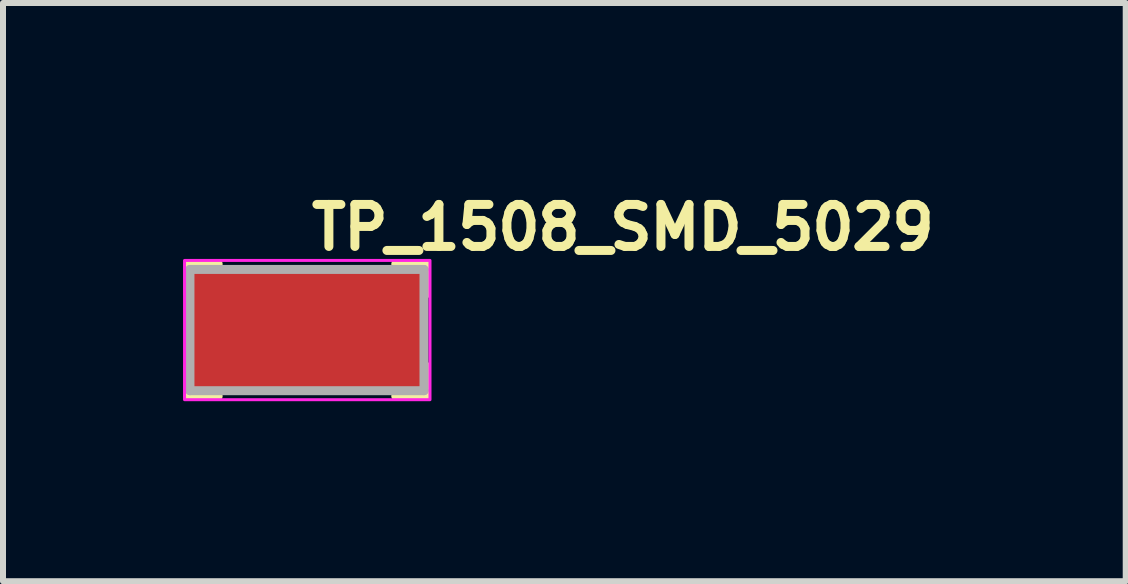
<source format=kicad_pcb>
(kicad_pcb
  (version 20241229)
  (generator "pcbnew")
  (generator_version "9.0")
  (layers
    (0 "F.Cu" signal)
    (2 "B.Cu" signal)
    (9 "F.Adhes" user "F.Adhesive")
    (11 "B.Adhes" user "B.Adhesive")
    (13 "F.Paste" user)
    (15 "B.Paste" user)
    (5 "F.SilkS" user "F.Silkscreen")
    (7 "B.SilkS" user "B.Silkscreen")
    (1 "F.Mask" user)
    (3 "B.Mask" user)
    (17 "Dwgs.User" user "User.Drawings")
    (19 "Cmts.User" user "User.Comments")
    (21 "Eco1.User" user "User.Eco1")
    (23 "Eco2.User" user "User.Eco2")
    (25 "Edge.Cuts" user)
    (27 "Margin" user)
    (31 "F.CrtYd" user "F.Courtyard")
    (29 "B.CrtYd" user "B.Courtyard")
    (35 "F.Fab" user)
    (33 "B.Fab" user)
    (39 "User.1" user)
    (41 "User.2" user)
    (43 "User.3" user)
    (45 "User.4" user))
  (footprint "TP_1508_SMD_5029"
    (layer "F.Cu")
    (at 2.065 2.45)
    (property "Reference" "TP_1508_SMD_5029" (at 0 -1.3 0) (layer "F.SilkS") (effects (font (size 0.7 0.7) (thickness 0.15)) (justify left bottom)))
    (attr smd)
    (fp_line (start -1.98 -1.1) (end -1.98 -0.6) (stroke (width 0.15) (type solid)) (layer "F.SilkS"))
    (fp_line (start -1.98 -1.1) (end -1.48 -1.1) (stroke (width 0.15) (type solid)) (layer "F.SilkS"))
    (fp_line (start -1.98 1.1) (end -1.98 0.6) (stroke (width 0.15) (type solid)) (layer "F.SilkS"))
    (fp_line (start -1.98 1.1) (end -1.48 1.1) (stroke (width 0.15) (type solid)) (layer "F.SilkS"))
    (fp_line (start 1.98 -1.1) (end 1.48 -1.1) (stroke (width 0.15) (type solid)) (layer "F.SilkS"))
    (fp_line (start 1.98 -1.1) (end 1.98 -0.6) (stroke (width 0.15) (type solid)) (layer "F.SilkS"))
    (fp_line (start 1.98 1.1) (end 1.48 1.1) (stroke (width 0.15) (type solid)) (layer "F.SilkS"))
    (fp_line (start 1.98 1.1) (end 1.98 0.6) (stroke (width 0.15) (type solid)) (layer "F.SilkS"))
    (fp_rect (start -2.04 -1.16) (end 2.05 1.16) (stroke (width 0.05) (type solid)) (fill no) (layer "F.CrtYd"))
    (fp_line (start -1.95 -1.01) (end 1.95 -1.01) (stroke (width 0.15) (type solid)) (layer "F.Fab"))
    (fp_line (start -1.95 1.01) (end -1.95 -1.01) (stroke (width 0.15) (type solid)) (layer "F.Fab"))
    (fp_line (start -1.95 1.01) (end 1.95 1.01) (stroke (width 0.15) (type solid)) (layer "F.Fab"))
    (fp_line (start 1.95 1.01) (end 1.95 -1.01) (stroke (width 0.15) (type solid)) (layer "F.Fab"))
    (fp_rect (start -1.905 -1.016) (end 1.905 1.016) (stroke (width 0.1) (type solid)) (fill no) (layer "User.5"))
    (fp_line (start -1.905 0.508) (end -1.905 -0.508) (stroke (width 0.02) (type solid)) (layer "User.9"))
    (fp_line (start -1.905 0.508) (end -1.901 0.508) (stroke (width 0.02) (type solid)) (layer "User.9"))
    (fp_line (start -1.901 0.508) (end -1.901 0.508) (stroke (width 0.02) (type solid)) (layer "User.9"))
    (fp_line (start -1.901 0.508) (end -1.869 0.508) (stroke (width 0.02) (type solid)) (layer "User.9"))
    (fp_line (start -1.889 -0.508) (end -1.905 -0.508) (stroke (width 0.02) (type solid)) (layer "User.9"))
    (fp_line (start -1.889 -0.508) (end -1.889 -0.508) (stroke (width 0.02) (type solid)) (layer "User.9"))
    (fp_line (start -1.869 0.508) (end -1.869 0.508) (stroke (width 0.02) (type solid)) (layer "User.9"))
    (fp_line (start -1.869 0.508) (end -1.807 0.508) (stroke (width 0.02) (type solid)) (layer "User.9"))
    (fp_line (start -1.842 -0.508) (end -1.889 -0.508) (stroke (width 0.02) (type solid)) (layer "User.9"))
    (fp_line (start -1.842 -0.508) (end -1.842 -0.508) (stroke (width 0.02) (type solid)) (layer "User.9"))
    (fp_line (start -1.807 0.508) (end -1.807 0.508) (stroke (width 0.02) (type solid)) (layer "User.9"))
    (fp_line (start -1.807 0.508) (end -1.719 0.508) (stroke (width 0.02) (type solid)) (layer "User.9"))
    (fp_line (start -1.766 -0.508) (end -1.842 -0.508) (stroke (width 0.02) (type solid)) (layer "User.9"))
    (fp_line (start -1.766 -0.508) (end -1.766 -0.508) (stroke (width 0.02) (type solid)) (layer "User.9"))
    (fp_line (start -1.719 -0.508) (end -1.766 -0.508) (stroke (width 0.02) (type solid)) (layer "User.9"))
    (fp_line (start -1.719 -0.508) (end -1.719 -0.508) (stroke (width 0.02) (type solid)) (layer "User.9"))
    (fp_line (start -1.719 0.508) (end -1.719 0.508) (stroke (width 0.02) (type solid)) (layer "User.9"))
    (fp_line (start -1.719 0.508) (end -1.27 0.508) (stroke (width 0.02) (type solid)) (layer "User.9"))
    (fp_line (start -1.27 -0.508) (end -1.719 -0.508) (stroke (width 0.02) (type solid)) (layer "User.9"))
    (fp_line (start -1.27 -0.508) (end -1.27 -1.016) (stroke (width 0.02) (type solid)) (layer "User.9"))
    (fp_line (start -1.27 0.508) (end 1.27 0.508) (stroke (width 0.02) (type solid)) (layer "User.9"))
    (fp_line (start -1.27 1.016) (end -1.27 0.508) (stroke (width 0.02) (type solid)) (layer "User.9"))
    (fp_line (start -0.025 -1.016) (end -1.27 -1.016) (stroke (width 0.02) (type solid)) (layer "User.9"))
    (fp_line (start -0.025 -0.508) (end -0.025 -1.016) (stroke (width 0.02) (type solid)) (layer "User.9"))
    (fp_line (start -0.025 1.016) (end -1.27 1.016) (stroke (width 0.02) (type solid)) (layer "User.9"))
    (fp_line (start -0.025 1.016) (end -0.025 0.508) (stroke (width 0.02) (type solid)) (layer "User.9"))
    (fp_line (start 0.025 -0.508) (end 0.025 -1.016) (stroke (width 0.02) (type solid)) (layer "User.9"))
    (fp_line (start 0.025 1.016) (end 0.025 0.508) (stroke (width 0.02) (type solid)) (layer "User.9"))
    (fp_line (start 1.27 -1.016) (end 0.025 -1.016) (stroke (width 0.02) (type solid)) (layer "User.9"))
    (fp_line (start 1.27 -1.016) (end 1.27 -0.508) (stroke (width 0.02) (type solid)) (layer "User.9"))
    (fp_line (start 1.27 -0.508) (end -1.27 -0.508) (stroke (width 0.02) (type solid)) (layer "User.9"))
    (fp_line (start 1.27 0.508) (end 1.719 0.508) (stroke (width 0.02) (type solid)) (layer "User.9"))
    (fp_line (start 1.27 1.016) (end 0.025 1.016) (stroke (width 0.02) (type solid)) (layer "User.9"))
    (fp_line (start 1.27 1.016) (end 1.27 0.508) (stroke (width 0.02) (type solid)) (layer "User.9"))
    (fp_line (start 1.719 -0.508) (end 1.27 -0.508) (stroke (width 0.02) (type solid)) (layer "User.9"))
    (fp_line (start 1.719 -0.508) (end 1.719 -0.508) (stroke (width 0.02) (type solid)) (layer "User.9"))
    (fp_line (start 1.719 0.508) (end 1.719 0.508) (stroke (width 0.02) (type solid)) (layer "User.9"))
    (fp_line (start 1.719 0.508) (end 1.766 0.508) (stroke (width 0.02) (type solid)) (layer "User.9"))
    (fp_line (start 1.766 0.508) (end 1.766 0.508) (stroke (width 0.02) (type solid)) (layer "User.9"))
    (fp_line (start 1.766 0.508) (end 1.842 0.508) (stroke (width 0.02) (type solid)) (layer "User.9"))
    (fp_line (start 1.807 -0.508) (end 1.719 -0.508) (stroke (width 0.02) (type solid)) (layer "User.9"))
    (fp_line (start 1.807 -0.508) (end 1.807 -0.508) (stroke (width 0.02) (type solid)) (layer "User.9"))
    (fp_line (start 1.842 0.508) (end 1.842 0.508) (stroke (width 0.02) (type solid)) (layer "User.9"))
    (fp_line (start 1.842 0.508) (end 1.889 0.508) (stroke (width 0.02) (type solid)) (layer "User.9"))
    (fp_line (start 1.869 -0.508) (end 1.807 -0.508) (stroke (width 0.02) (type solid)) (layer "User.9"))
    (fp_line (start 1.869 -0.508) (end 1.869 -0.508) (stroke (width 0.02) (type solid)) (layer "User.9"))
    (fp_line (start 1.889 0.508) (end 1.889 0.508) (stroke (width 0.02) (type solid)) (layer "User.9"))
    (fp_line (start 1.889 0.508) (end 1.905 0.508) (stroke (width 0.02) (type solid)) (layer "User.9"))
    (fp_line (start 1.901 -0.508) (end 1.869 -0.508) (stroke (width 0.02) (type solid)) (layer "User.9"))
    (fp_line (start 1.901 -0.508) (end 1.901 -0.508) (stroke (width 0.02) (type solid)) (layer "User.9"))
    (fp_line (start 1.905 -0.508) (end 1.901 -0.508) (stroke (width 0.02) (type solid)) (layer "User.9"))
    (fp_line (start 1.905 0.508) (end 1.905 -0.508) (stroke (width 0.02) (type solid)) (layer "User.9"))
    (pad "1" smd rect (at 0 0) (size 3.8 2.03) (layers "F.Cu" "F.Mask" "F.Paste")))
  (gr_rect
    (start -3 -3)
    (end 15.708 6.635)
    (stroke (width 0.1) (type default))
    (fill no)
    (layer "Edge.Cuts")))
</source>
